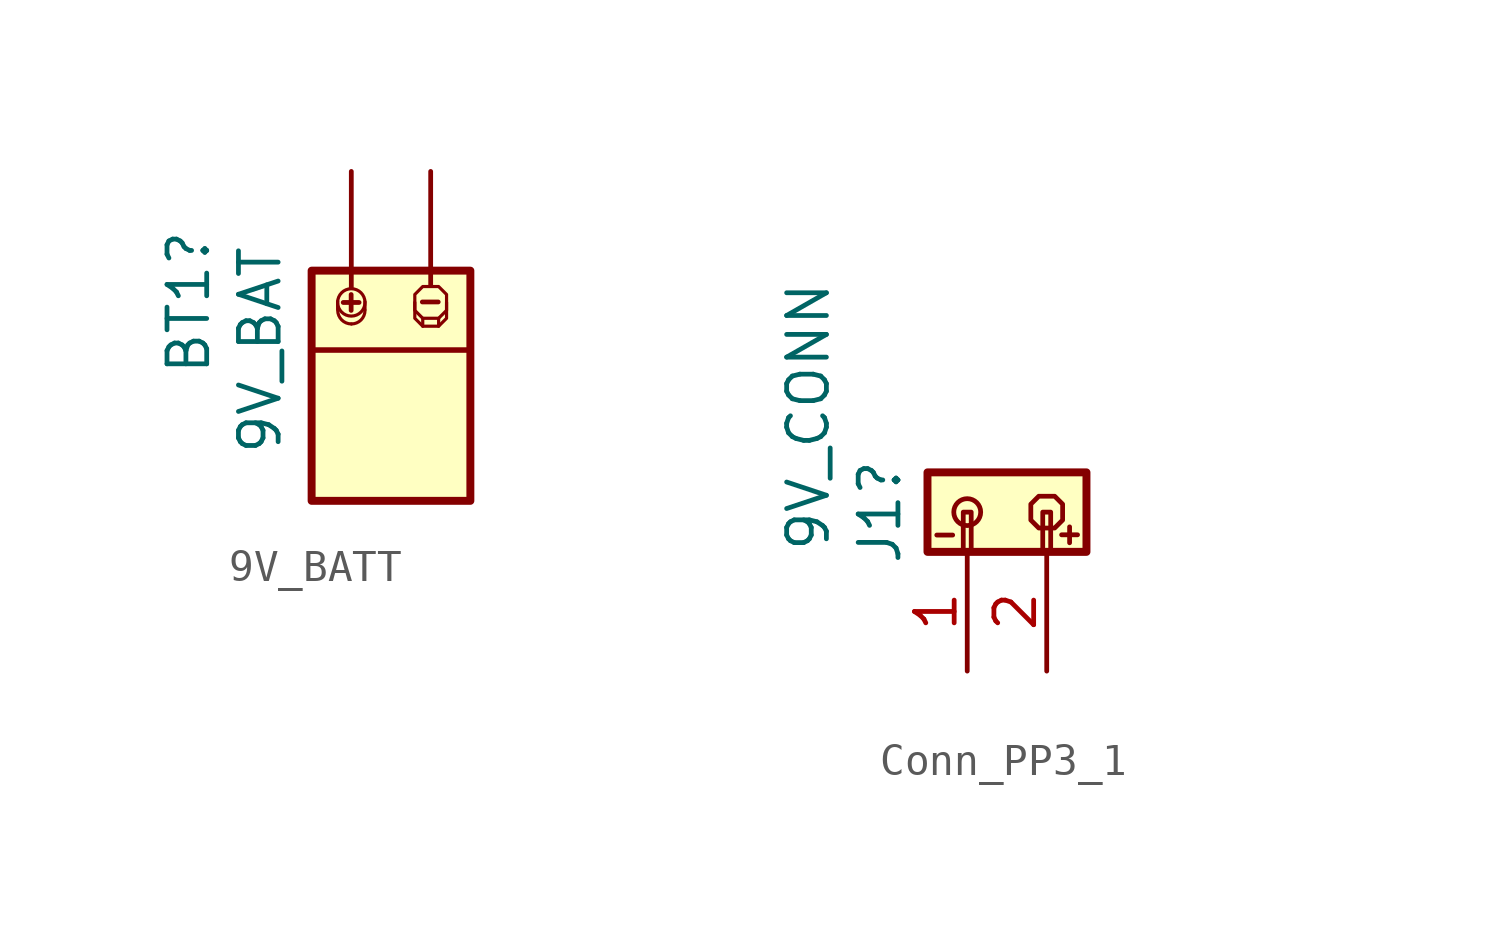
<source format=kicad_sym>
(kicad_symbol_lib
  (version 20231120)
  (generator "kicad_symbol_editor")
  (generator_version "8.0")
  (symbol "9V_BATT"
    (property "Reference" "BT1"
      (at -6.477 2.159 90)
      (effects (font (size 1.27 1.27))))
    (property "Value" "9V_BAT"
      (at -4.191 0.635 90)
      (effects (font (size 1.27 1.27))))
    (symbol "9V_BATT_0_1"
      (polyline (pts (xy -1.275 2.411) (xy -1.275 1.903)) (stroke (width 0) (type default)) (fill (type none)))
      (polyline (pts (xy -1.021 2.157) (xy -1.529 2.157)) (stroke (width 0) (type default)) (fill (type none)))
      (polyline (pts (xy 1.511 2.173) (xy 1.003 2.173)) (stroke (width 0) (type default)) (fill (type none))))
    (symbol "9V_BATT_1_1"
      (rectangle (start -2.54 3.175) (end 2.54 -4.191) (stroke (width 0.254) (type default)) (fill (type background)))
      (arc (start -1.7054 1.9077) (mid -1.5771 1.5978) (end -1.2672 1.4695) (stroke (width 0.1016) (type default)) (fill (type none)))
      (circle (center -1.27 2.159) (radius 0.438) (stroke (width 0.102) (type default)) (fill (type none)))
      (arc (start -1.2671 1.4694) (mid -0.9593 1.5972) (end -0.832 1.9052) (stroke (width 0.1016) (type default)) (fill (type none)))
      (polyline (pts (xy -2.54 0.635) (xy 2.54 0.635)) (stroke (width 0.178) (type default)) (fill (type none)))
      (polyline (pts (xy -1.708 2.195) (xy -1.708 1.94)) (stroke (width 0.102) (type default)) (fill (type none)))
      (polyline (pts (xy -0.832 2.184) (xy -0.832 1.929)) (stroke (width 0.102) (type default)) (fill (type none)))
      (polyline (pts (xy 1.016 1.397) (xy 1.016 1.651)) (stroke (width 0.102) (type default)) (fill (type none)))
      (polyline (pts (xy 1.524 1.397) (xy 1.524 1.651)) (stroke (width 0.102) (type default)) (fill (type none)))
      (polyline (pts (xy 0.762 2.159) (xy 0.762 1.651) (xy 1.016 1.397) (xy 1.524 1.397) (xy 1.778 1.651) (xy 1.778 2.159)) (stroke (width 0.102) (type default)) (fill (type none)))
      (polyline (pts (xy 0.762 2.413) (xy 0.762 1.905) (xy 1.016 1.651) (xy 1.524 1.651) (xy 1.778 1.905) (xy 1.778 2.413) (xy 1.524 2.667) (xy 1.016 2.667) (xy 0.762 2.413)) (stroke (width 0.102) (type default)) (fill (type none)))
      (pin power_out line (at -1.27 6.35 270) (length 3.708) (name "" (effects (font (size 1.27 1.27)))) (number "" (effects (font (size 1.27 1.27)))) (alternate "+" power_out line) (alternate "9V" power_out line))
      (pin passive line (at 1.27 6.35 270) (length 3.632) (name "" (effects (font (size 1.27 1.27)))) (number "" (effects (font (size 1.27 1.27)))) (alternate "0V" power_out line) (alternate "GND" power_out line))))
  (symbol "Conn_PP3_1"
    (pin_names
      (offset 1.016) hide)
    (property "Reference" "J1"
      (at -4.064 0 90)
      (effects (font (size 1.27 1.27))))
    (property "Value" "9V_CONN"
      (at -6.35 3.048 90)
      (effects (font (size 1.27 1.27))))
    (symbol "Conn_PP3_1_0_1"
      (circle (center -1.27 0) (radius 0.43) (stroke (width 0) (type default)) (fill (type none)))
      (polyline (pts (xy -2.243 -0.733) (xy -1.735 -0.733)) (stroke (width 0) (type default)) (fill (type none)))
      (polyline (pts (xy 1.746 -0.725) (xy 2.255 -0.725)) (stroke (width 0) (type default)) (fill (type none)))
      (polyline (pts (xy 2.001 -0.979) (xy 2.001 -0.471)) (stroke (width 0) (type default)) (fill (type none)))
      (polyline (pts (xy 0.762 -0.254) (xy 0.762 0.254) (xy 1.016 0.508) (xy 1.524 0.508) (xy 1.778 0.254) (xy 1.778 -0.254) (xy 1.524 -0.508) (xy 1.016 -0.508) (xy 0.762 -0.254)) (stroke (width 0) (type default)) (fill (type none))))
    (symbol "Conn_PP3_1_1_1"
      (polyline private (pts (xy -1.27 2.794) (xy -1.27 6.604) (xy -3.81 9.398)) (stroke (width 0) (type dash_dot)) (fill (type none)))
      (rectangle (start -2.54 1.27) (end 2.54 -1.27) (stroke (width 0.254) (type default)) (fill (type background)))
      (rectangle (start -1.397 -1.27) (end -1.143 0) (stroke (width 0.152) (type default)) (fill (type none)))
      (polyline private (pts (xy 1.27 2.794) (xy 1.27 6.604) (xy 3.81 9.398)) (stroke (width 0) (type dash_dot)) (fill (type none)))
      (rectangle (start 1.143 0) (end 1.397 -1.27) (stroke (width 0.152) (type default)) (fill (type none)))
      (text private "{terminal for 9V's GND}\n" (at -6.096 10.414 0) (effects (font (face "FreeMono") (size 0.406 0.406) (thickness 0.081) (bold yes))))
      (text private "{terminal for 9V's PWR}\n" (at 5.842 10.414 0) (effects (font (face "FreeMono") (size 0.406 0.406) (thickness 0.081) (bold yes))))
      (pin power_out line (at -1.27 -5.08 90) (length 3.81) (name "Pin_1" (effects (font (size 1.27 1.27)))) (number "1" (effects (font (size 1.27 1.27)))))
      (pin power_out line (at 1.27 -5.08 90) (length 3.81) (name "Pin_2" (effects (font (size 1.27 1.27)))) (number "2" (effects (font (size 1.27 1.27))))))))
</source>
